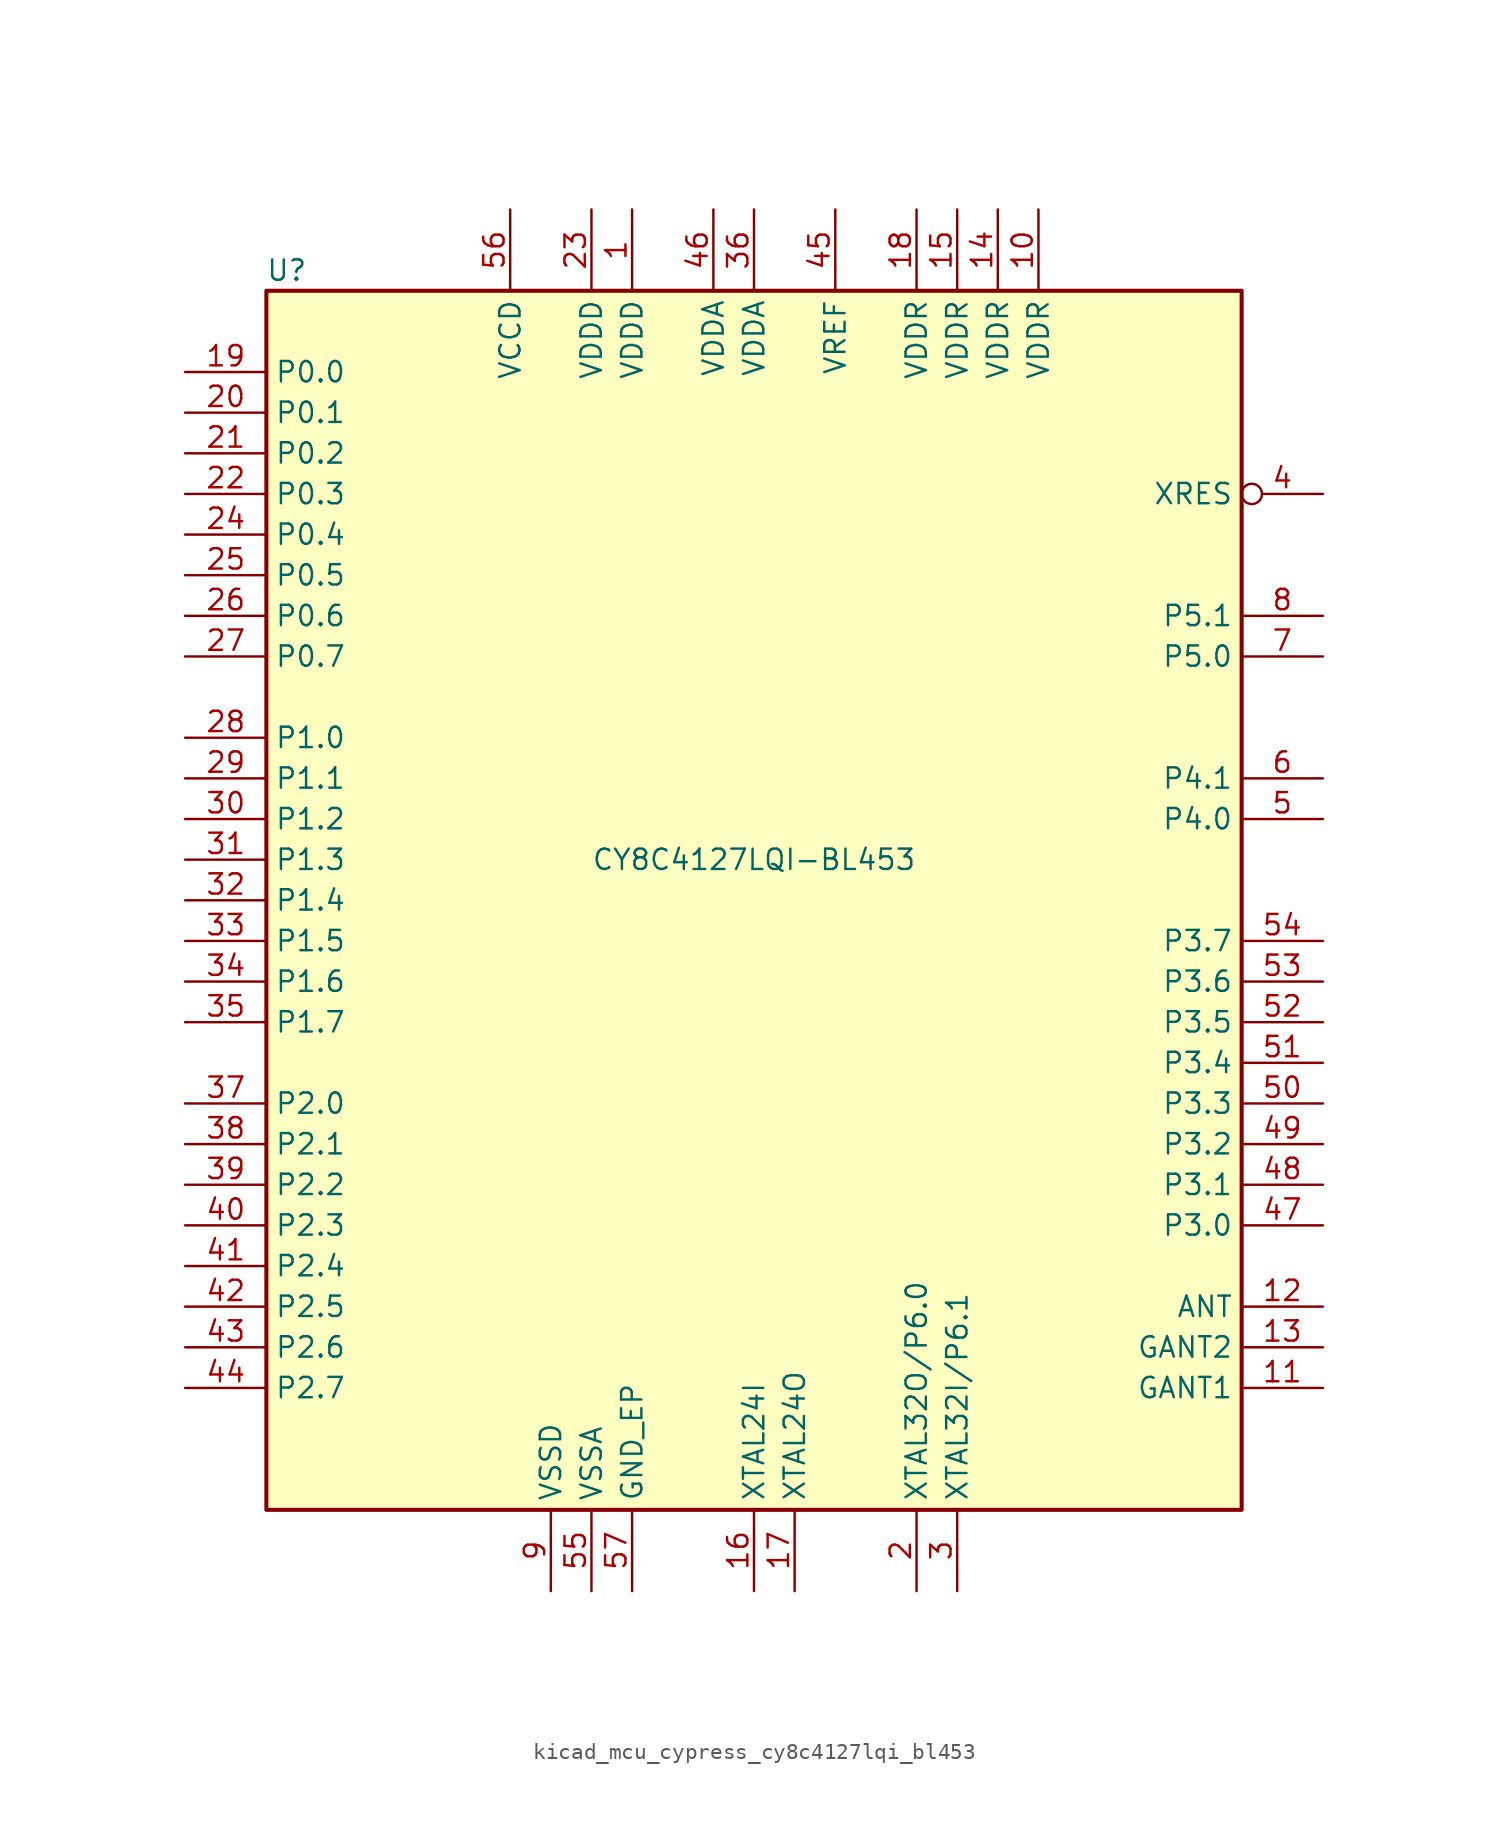
<source format=kicad_sym>
(kicad_symbol_lib
  (version 20220914)
  (generator kicad_symbol_editor)
  (symbol "kicad_mcu_cypress_cy8c4127lqi_bl453"
    (property "Reference" "U"
      (at -29.21 39.37 0)
      (effects (font (size 1.27 1.27))))
    (property "Value" "CY8C4127LQI-BL453"
      (at 0 2.54 0)
      (effects (font (size 1.27 1.27))))
    (symbol "kicad_mcu_cypress_cy8c4127lqi_bl453_1_0"
      (rectangle (start -30.48 -38.1) (end 30.48 38.1) (stroke (width 0.254) (type default)) (fill (type background))))
    (symbol "kicad_mcu_cypress_cy8c4127lqi_bl453_1_1"
      (pin power_in line (at -7.62 43.18 270) (length 5.08) (name "VDDD" (effects (font (size 1.27 1.27)))) (number "1" (effects (font (size 1.27 1.27)))))
      (pin power_in line (at 17.78 43.18 270) (length 5.08) (name "VDDR" (effects (font (size 1.27 1.27)))) (number "10" (effects (font (size 1.27 1.27)))))
      (pin power_in line (at 35.56 -30.48 180) (length 5.08) (name "GANT1" (effects (font (size 1.27 1.27)))) (number "11" (effects (font (size 1.27 1.27)))))
      (pin output line (at 35.56 -25.4 180) (length 5.08) (name "ANT" (effects (font (size 1.27 1.27)))) (number "12" (effects (font (size 1.27 1.27)))))
      (pin power_in line (at 35.56 -27.94 180) (length 5.08) (name "GANT2" (effects (font (size 1.27 1.27)))) (number "13" (effects (font (size 1.27 1.27)))))
      (pin power_in line (at 15.24 43.18 270) (length 5.08) (name "VDDR" (effects (font (size 1.27 1.27)))) (number "14" (effects (font (size 1.27 1.27)))))
      (pin power_in line (at 12.7 43.18 270) (length 5.08) (name "VDDR" (effects (font (size 1.27 1.27)))) (number "15" (effects (font (size 1.27 1.27)))))
      (pin input line (at 0 -43.18 90) (length 5.08) (name "XTAL24I" (effects (font (size 1.27 1.27)))) (number "16" (effects (font (size 1.27 1.27)))))
      (pin output line (at 2.54 -43.18 90) (length 5.08) (name "XTAL24O" (effects (font (size 1.27 1.27)))) (number "17" (effects (font (size 1.27 1.27)))))
      (pin power_in line (at 10.16 43.18 270) (length 5.08) (name "VDDR" (effects (font (size 1.27 1.27)))) (number "18" (effects (font (size 1.27 1.27)))))
      (pin bidirectional line (at -35.56 33.02 0) (length 5.08) (name "P0.0" (effects (font (size 1.27 1.27)))) (number "19" (effects (font (size 1.27 1.27)))))
      (pin bidirectional line (at 10.16 -43.18 90) (length 5.08) (name "XTAL32O/P6.0" (effects (font (size 1.27 1.27)))) (number "2" (effects (font (size 1.27 1.27)))))
      (pin bidirectional line (at -35.56 30.48 0) (length 5.08) (name "P0.1" (effects (font (size 1.27 1.27)))) (number "20" (effects (font (size 1.27 1.27)))))
      (pin bidirectional line (at -35.56 27.94 0) (length 5.08) (name "P0.2" (effects (font (size 1.27 1.27)))) (number "21" (effects (font (size 1.27 1.27)))))
      (pin bidirectional line (at -35.56 25.4 0) (length 5.08) (name "P0.3" (effects (font (size 1.27 1.27)))) (number "22" (effects (font (size 1.27 1.27)))))
      (pin power_in line (at -10.16 43.18 270) (length 5.08) (name "VDDD" (effects (font (size 1.27 1.27)))) (number "23" (effects (font (size 1.27 1.27)))))
      (pin bidirectional line (at -35.56 22.86 0) (length 5.08) (name "P0.4" (effects (font (size 1.27 1.27)))) (number "24" (effects (font (size 1.27 1.27)))))
      (pin bidirectional line (at -35.56 20.32 0) (length 5.08) (name "P0.5" (effects (font (size 1.27 1.27)))) (number "25" (effects (font (size 1.27 1.27)))))
      (pin bidirectional line (at -35.56 17.78 0) (length 5.08) (name "P0.6" (effects (font (size 1.27 1.27)))) (number "26" (effects (font (size 1.27 1.27)))))
      (pin bidirectional line (at -35.56 15.24 0) (length 5.08) (name "P0.7" (effects (font (size 1.27 1.27)))) (number "27" (effects (font (size 1.27 1.27)))))
      (pin bidirectional line (at -35.56 10.16 0) (length 5.08) (name "P1.0" (effects (font (size 1.27 1.27)))) (number "28" (effects (font (size 1.27 1.27)))))
      (pin bidirectional line (at -35.56 7.62 0) (length 5.08) (name "P1.1" (effects (font (size 1.27 1.27)))) (number "29" (effects (font (size 1.27 1.27)))))
      (pin bidirectional line (at 12.7 -43.18 90) (length 5.08) (name "XTAL32I/P6.1" (effects (font (size 1.27 1.27)))) (number "3" (effects (font (size 1.27 1.27)))))
      (pin bidirectional line (at -35.56 5.08 0) (length 5.08) (name "P1.2" (effects (font (size 1.27 1.27)))) (number "30" (effects (font (size 1.27 1.27)))))
      (pin bidirectional line (at -35.56 2.54 0) (length 5.08) (name "P1.3" (effects (font (size 1.27 1.27)))) (number "31" (effects (font (size 1.27 1.27)))))
      (pin bidirectional line (at -35.56 0 0) (length 5.08) (name "P1.4" (effects (font (size 1.27 1.27)))) (number "32" (effects (font (size 1.27 1.27)))))
      (pin bidirectional line (at -35.56 -2.54 0) (length 5.08) (name "P1.5" (effects (font (size 1.27 1.27)))) (number "33" (effects (font (size 1.27 1.27)))))
      (pin bidirectional line (at -35.56 -5.08 0) (length 5.08) (name "P1.6" (effects (font (size 1.27 1.27)))) (number "34" (effects (font (size 1.27 1.27)))))
      (pin bidirectional line (at -35.56 -7.62 0) (length 5.08) (name "P1.7" (effects (font (size 1.27 1.27)))) (number "35" (effects (font (size 1.27 1.27)))))
      (pin power_in line (at 0 43.18 270) (length 5.08) (name "VDDA" (effects (font (size 1.27 1.27)))) (number "36" (effects (font (size 1.27 1.27)))))
      (pin bidirectional line (at -35.56 -12.7 0) (length 5.08) (name "P2.0" (effects (font (size 1.27 1.27)))) (number "37" (effects (font (size 1.27 1.27)))))
      (pin bidirectional line (at -35.56 -15.24 0) (length 5.08) (name "P2.1" (effects (font (size 1.27 1.27)))) (number "38" (effects (font (size 1.27 1.27)))))
      (pin bidirectional line (at -35.56 -17.78 0) (length 5.08) (name "P2.2" (effects (font (size 1.27 1.27)))) (number "39" (effects (font (size 1.27 1.27)))))
      (pin input inverted (at 35.56 25.4 180) (length 5.08) (name "XRES" (effects (font (size 1.27 1.27)))) (number "4" (effects (font (size 1.27 1.27)))))
      (pin bidirectional line (at -35.56 -20.32 0) (length 5.08) (name "P2.3" (effects (font (size 1.27 1.27)))) (number "40" (effects (font (size 1.27 1.27)))))
      (pin bidirectional line (at -35.56 -22.86 0) (length 5.08) (name "P2.4" (effects (font (size 1.27 1.27)))) (number "41" (effects (font (size 1.27 1.27)))))
      (pin bidirectional line (at -35.56 -25.4 0) (length 5.08) (name "P2.5" (effects (font (size 1.27 1.27)))) (number "42" (effects (font (size 1.27 1.27)))))
      (pin bidirectional line (at -35.56 -27.94 0) (length 5.08) (name "P2.6" (effects (font (size 1.27 1.27)))) (number "43" (effects (font (size 1.27 1.27)))))
      (pin bidirectional line (at -35.56 -30.48 0) (length 5.08) (name "P2.7" (effects (font (size 1.27 1.27)))) (number "44" (effects (font (size 1.27 1.27)))))
      (pin passive line (at 5.08 43.18 270) (length 5.08) (name "VREF" (effects (font (size 1.27 1.27)))) (number "45" (effects (font (size 1.27 1.27)))))
      (pin power_in line (at -2.54 43.18 270) (length 5.08) (name "VDDA" (effects (font (size 1.27 1.27)))) (number "46" (effects (font (size 1.27 1.27)))))
      (pin bidirectional line (at 35.56 -20.32 180) (length 5.08) (name "P3.0" (effects (font (size 1.27 1.27)))) (number "47" (effects (font (size 1.27 1.27)))))
      (pin bidirectional line (at 35.56 -17.78 180) (length 5.08) (name "P3.1" (effects (font (size 1.27 1.27)))) (number "48" (effects (font (size 1.27 1.27)))))
      (pin bidirectional line (at 35.56 -15.24 180) (length 5.08) (name "P3.2" (effects (font (size 1.27 1.27)))) (number "49" (effects (font (size 1.27 1.27)))))
      (pin bidirectional line (at 35.56 5.08 180) (length 5.08) (name "P4.0" (effects (font (size 1.27 1.27)))) (number "5" (effects (font (size 1.27 1.27)))))
      (pin bidirectional line (at 35.56 -12.7 180) (length 5.08) (name "P3.3" (effects (font (size 1.27 1.27)))) (number "50" (effects (font (size 1.27 1.27)))))
      (pin bidirectional line (at 35.56 -10.16 180) (length 5.08) (name "P3.4" (effects (font (size 1.27 1.27)))) (number "51" (effects (font (size 1.27 1.27)))))
      (pin bidirectional line (at 35.56 -7.62 180) (length 5.08) (name "P3.5" (effects (font (size 1.27 1.27)))) (number "52" (effects (font (size 1.27 1.27)))))
      (pin bidirectional line (at 35.56 -5.08 180) (length 5.08) (name "P3.6" (effects (font (size 1.27 1.27)))) (number "53" (effects (font (size 1.27 1.27)))))
      (pin bidirectional line (at 35.56 -2.54 180) (length 5.08) (name "P3.7" (effects (font (size 1.27 1.27)))) (number "54" (effects (font (size 1.27 1.27)))))
      (pin power_in line (at -10.16 -43.18 90) (length 5.08) (name "VSSA" (effects (font (size 1.27 1.27)))) (number "55" (effects (font (size 1.27 1.27)))))
      (pin power_out line (at -15.24 43.18 270) (length 5.08) (name "VCCD" (effects (font (size 1.27 1.27)))) (number "56" (effects (font (size 1.27 1.27)))))
      (pin power_in line (at -7.62 -43.18 90) (length 5.08) (name "GND_EP" (effects (font (size 1.27 1.27)))) (number "57" (effects (font (size 1.27 1.27)))))
      (pin bidirectional line (at 35.56 7.62 180) (length 5.08) (name "P4.1" (effects (font (size 1.27 1.27)))) (number "6" (effects (font (size 1.27 1.27)))))
      (pin bidirectional line (at 35.56 15.24 180) (length 5.08) (name "P5.0" (effects (font (size 1.27 1.27)))) (number "7" (effects (font (size 1.27 1.27)))))
      (pin bidirectional line (at 35.56 17.78 180) (length 5.08) (name "P5.1" (effects (font (size 1.27 1.27)))) (number "8" (effects (font (size 1.27 1.27)))))
      (pin power_in line (at -12.7 -43.18 90) (length 5.08) (name "VSSD" (effects (font (size 1.27 1.27)))) (number "9" (effects (font (size 1.27 1.27))))))))
</source>
